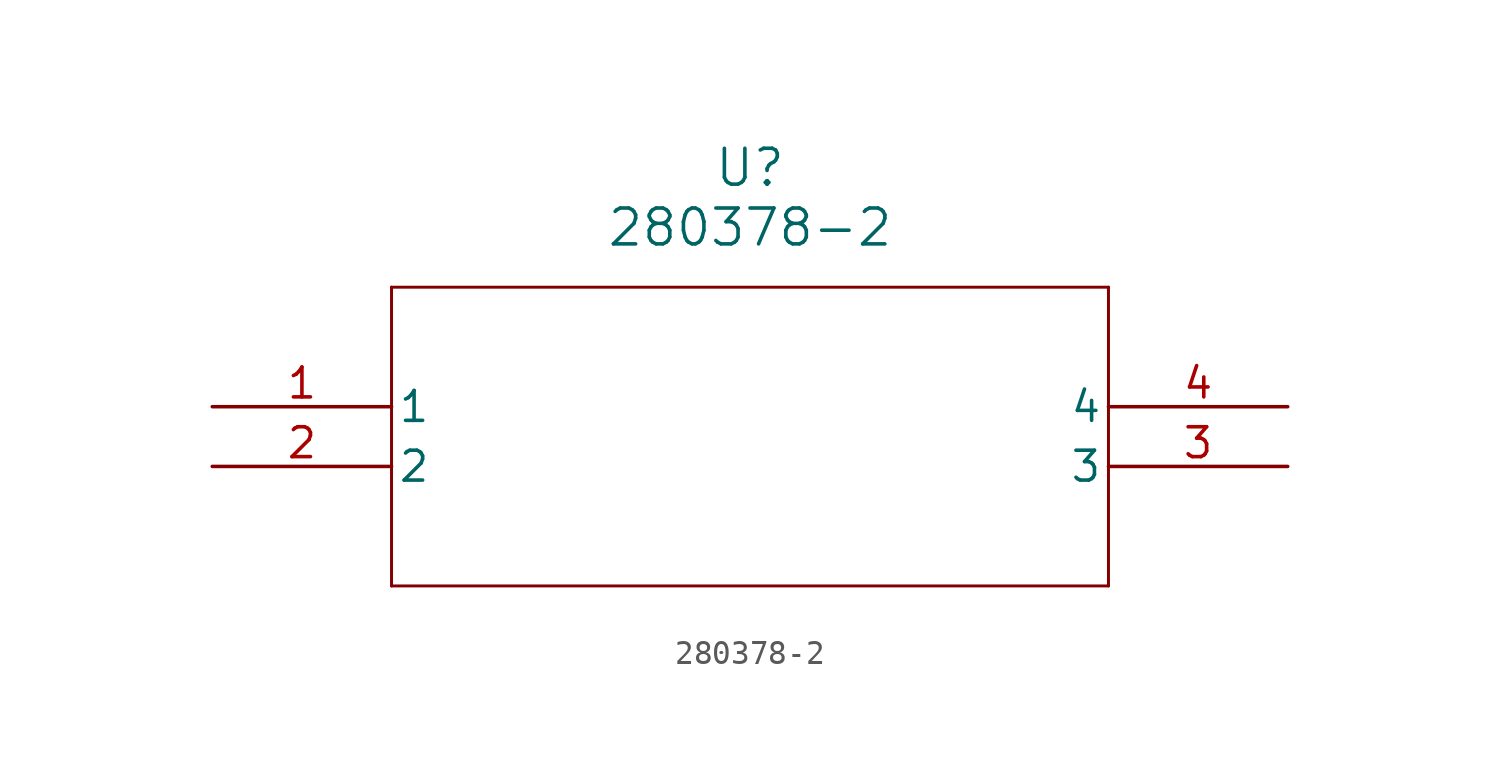
<source format=kicad_sym>
(kicad_symbol_lib
  (version 20211014)
  (generator kicad_symbol_editor)
  (symbol "280378-2"
    (pin_names
      (offset 0.254))
    (property "Reference" "U"
      (at 22.86 10.16 0)
      (effects (font (size 1.524 1.524))))
    (property "Value" "280378-2"
      (at 22.86 7.62 0)
      (effects (font (size 1.524 1.524))))
    (symbol "280378-2_0_1"
      (polyline (pts (xy 7.62 5.08) (xy 7.62 -7.62)) (stroke (width 0.127) (type default) (color 0 0 0 0)) (fill (type none)))
      (polyline (pts (xy 7.62 -7.62) (xy 38.1 -7.62)) (stroke (width 0.127) (type default) (color 0 0 0 0)) (fill (type none)))
      (polyline (pts (xy 38.1 -7.62) (xy 38.1 5.08)) (stroke (width 0.127) (type default) (color 0 0 0 0)) (fill (type none)))
      (polyline (pts (xy 38.1 5.08) (xy 7.62 5.08)) (stroke (width 0.127) (type default) (color 0 0 0 0)) (fill (type none)))
      (pin unspecified line (at 0 0 0) (length 7.62) (name "1" (effects (font (size 1.27 1.27)))) (number "1" (effects (font (size 1.27 1.27)))))
      (pin unspecified line (at 0 -2.54 0) (length 7.62) (name "2" (effects (font (size 1.27 1.27)))) (number "2" (effects (font (size 1.27 1.27)))))
      (pin unspecified line (at 45.72 -2.54 180) (length 7.62) (name "3" (effects (font (size 1.27 1.27)))) (number "3" (effects (font (size 1.27 1.27)))))
      (pin unspecified line (at 45.72 0 180) (length 7.62) (name "4" (effects (font (size 1.27 1.27)))) (number "4" (effects (font (size 1.27 1.27))))))))
</source>
